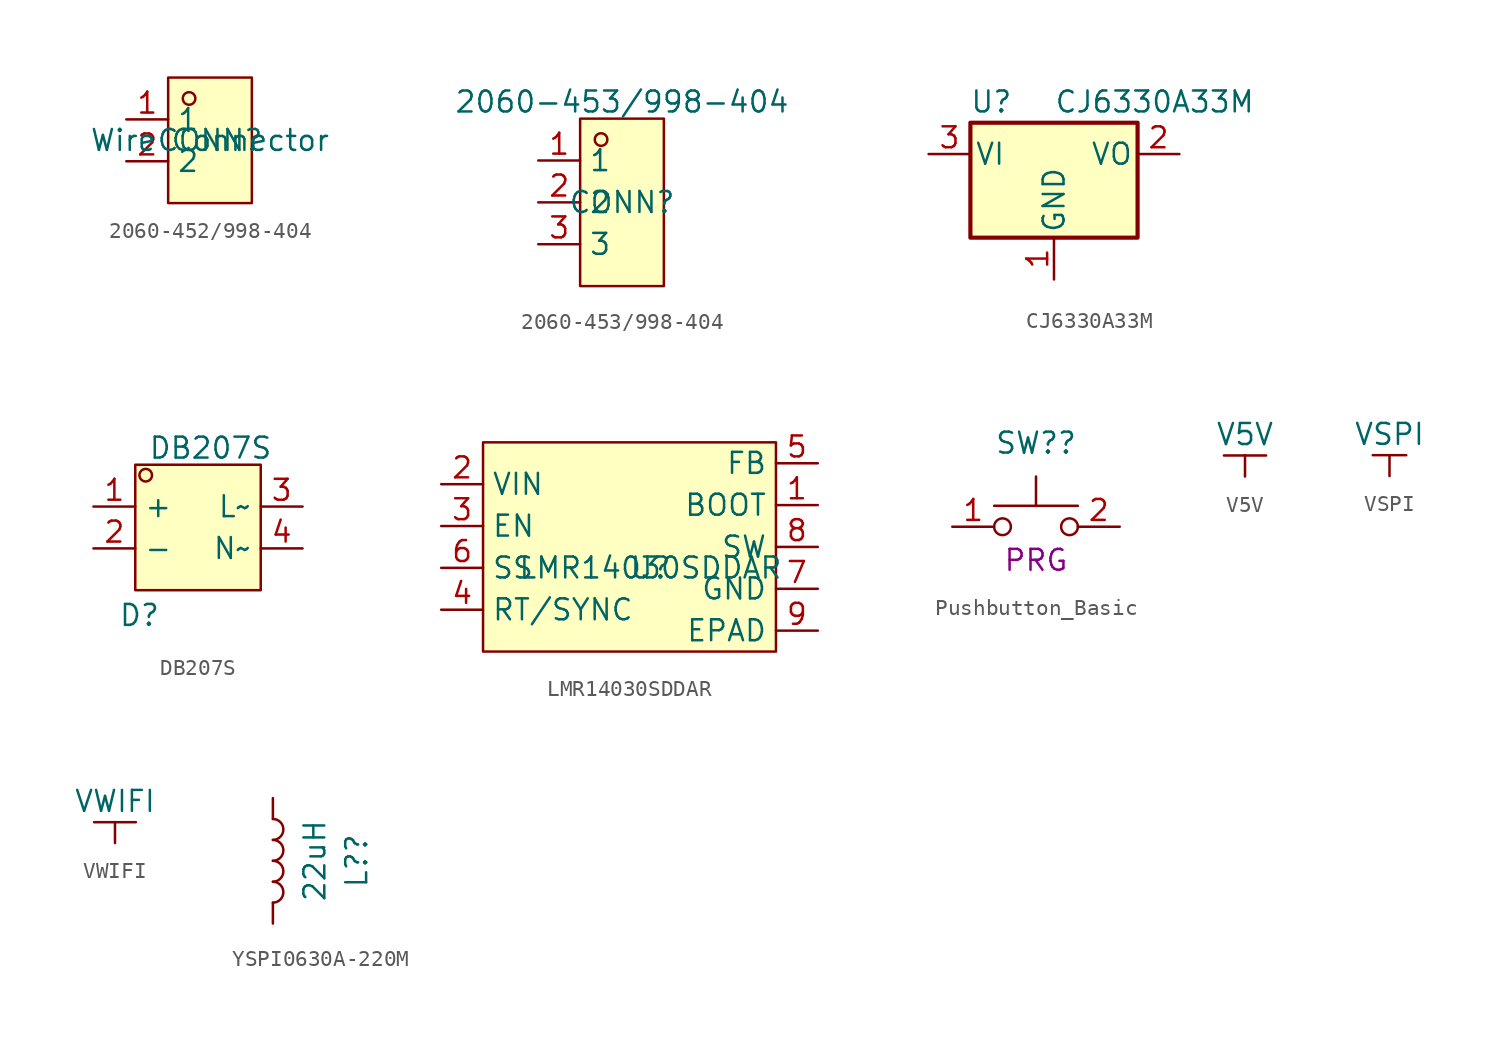
<source format=kicad_sym>
(kicad_symbol_lib
  (version 20231120)
  (generator "kicad_symbol_editor")
  (generator_version "8.0")
  (symbol "2060-452/998-404"
    (property "Reference" "CONN"
      (at 0 0 0)
      (effects (font (size 1.27 1.27))))
    (property "Value" "Wire Connector"
      (at 0 0 0)
      (effects (font (size 1.27 1.27))))
    (symbol "2060-452/998-404_1_0"
      (rectangle (start -2.54 3.81) (end 2.54 -3.81) (stroke (width 0) (type default)) (fill (type background)))
      (circle (center -1.27 2.54) (radius 0.381) (stroke (width 0) (type default)) (fill (type none)))
      (pin unspecified line (at -5.08 1.27 0) (length 2.54) (name "1" (effects (font (size 1.27 1.27)))) (number "1" (effects (font (size 1.27 1.27)))))
      (pin unspecified line (at -5.08 -1.27 0) (length 2.54) (name "2" (effects (font (size 1.27 1.27)))) (number "2" (effects (font (size 1.27 1.27)))))))
  (symbol "2060-453/998-404"
    (property "Reference" "CONN"
      (at 0 0 0)
      (effects (font (size 1.27 1.27))))
    (property "Value" "2060-453/998-404"
      (at 0 6.096 0)
      (effects (font (size 1.27 1.27))))
    (symbol "2060-453/998-404_1_0"
      (rectangle (start -2.54 5.08) (end 2.54 -5.08) (stroke (width 0) (type default)) (fill (type background)))
      (circle (center -1.27 3.81) (radius 0.381) (stroke (width 0) (type default)) (fill (type none)))
      (pin unspecified line (at -5.08 2.54 0) (length 2.54) (name "1" (effects (font (size 1.27 1.27)))) (number "1" (effects (font (size 1.27 1.27)))))
      (pin unspecified line (at -5.08 0 0) (length 2.54) (name "2" (effects (font (size 1.27 1.27)))) (number "2" (effects (font (size 1.27 1.27)))))
      (pin unspecified line (at -5.08 -2.54 0) (length 2.54) (name "3" (effects (font (size 1.27 1.27)))) (number "3" (effects (font (size 1.27 1.27)))))))
  (symbol "CJ6330A33M"
    (pin_names
      (offset 0.254))
    (property "Reference" "U"
      (at -3.81 3.175 0)
      (effects (font (size 1.27 1.27))))
    (property "Value" "CJ6330A33M"
      (at 0 3.175 0)
      (effects (font (size 1.27 1.27)) (justify left)))
    (symbol "CJ6330A33M_0_1"
      (rectangle (start -5.08 -5.08) (end 5.08 1.905) (stroke (width 0.254) (type default)) (fill (type background))))
    (symbol "CJ6330A33M_1_1"
      (pin power_in line (at 0 -7.62 90) (length 2.54) (name "GND" (effects (font (size 1.27 1.27)))) (number "1" (effects (font (size 1.27 1.27)))))
      (pin power_out line (at 7.62 0 180) (length 2.54) (name "VO" (effects (font (size 1.27 1.27)))) (number "2" (effects (font (size 1.27 1.27)))))
      (pin power_in line (at -7.62 0 0) (length 2.54) (name "VI" (effects (font (size 1.27 1.27)))) (number "3" (effects (font (size 1.27 1.27)))))))
  (symbol "DB207S"
    (property "Reference" "D"
      (at -4.826 -4.064 0)
      (effects (font (size 1.27 1.27))))
    (property "Value" "DB207S"
      (at -0.508 6.096 0)
      (effects (font (size 1.27 1.27))))
    (symbol "DB207S_1_0"
      (rectangle (start -5.08 5.08) (end 2.54 -2.54) (stroke (width 0) (type default)) (fill (type background)))
      (circle (center -4.445 4.445) (radius 0.381) (stroke (width 0) (type default)) (fill (type none)))
      (pin power_out line (at -7.62 2.54 0) (length 2.54) (name "+" (effects (font (size 1.27 1.27)))) (number "1" (effects (font (size 1.27 1.27)))))
      (pin power_out line (at -7.62 0 0) (length 2.54) (name "-" (effects (font (size 1.27 1.27)))) (number "2" (effects (font (size 1.27 1.27)))))
      (pin power_in line (at 5.08 2.54 180) (length 2.54) (name "L~" (effects (font (size 1.27 1.27)))) (number "3" (effects (font (size 1.27 1.27)))))
      (pin power_in line (at 5.08 0 180) (length 2.54) (name "N~" (effects (font (size 1.27 1.27)))) (number "4" (effects (font (size 1.27 1.27)))))))
  (symbol "LMR14030SDDAR"
    (property "Reference" "U"
      (at 0 0 0)
      (effects (font (size 1.27 1.27))))
    (property "Value" "LMR14030SDDAR"
      (at 0 0 0)
      (effects (font (size 1.27 1.27))))
    (symbol "LMR14030SDDAR_1_0"
      (rectangle (start -10.16 7.62) (end 7.62 -5.08) (stroke (width 0) (type default)) (fill (type background)))
      (pin unspecified line (at 10.16 3.81 180) (length 2.54) (name "BOOT" (effects (font (size 1.27 1.27)))) (number "1" (effects (font (size 1.27 1.27)))))
      (pin unspecified line (at -12.7 5.08 0) (length 2.54) (name "VIN" (effects (font (size 1.27 1.27)))) (number "2" (effects (font (size 1.27 1.27)))))
      (pin unspecified line (at -12.7 2.54 0) (length 2.54) (name "EN" (effects (font (size 1.27 1.27)))) (number "3" (effects (font (size 1.27 1.27)))))
      (pin unspecified line (at -12.7 -2.54 0) (length 2.54) (name "RT/SYNC" (effects (font (size 1.27 1.27)))) (number "4" (effects (font (size 1.27 1.27)))))
      (pin unspecified line (at 10.16 6.35 180) (length 2.54) (name "FB" (effects (font (size 1.27 1.27)))) (number "5" (effects (font (size 1.27 1.27)))))
      (pin unspecified line (at -12.7 0 0) (length 2.54) (name "SS" (effects (font (size 1.27 1.27)))) (number "6" (effects (font (size 1.27 1.27)))))
      (pin unspecified line (at 10.16 -1.27 180) (length 2.54) (name "GND" (effects (font (size 1.27 1.27)))) (number "7" (effects (font (size 1.27 1.27)))))
      (pin unspecified line (at 10.16 1.27 180) (length 2.54) (name "SW" (effects (font (size 1.27 1.27)))) (number "8" (effects (font (size 1.27 1.27)))))
      (pin unspecified line (at 10.16 -3.81 180) (length 2.54) (name "EPAD" (effects (font (size 1.27 1.27)))) (number "9" (effects (font (size 1.27 1.27)))))))
  (symbol "Pushbutton_Basic"
    (pin_names hide)
    (property "Reference" "SW?"
      (at 0 5.08 0)
      (effects (font (size 1.27 1.27))))
    (property "KEY" "PRG"
      (at 0 -2.032 0)
      (effects (font (size 1.27 1.27))))
    (symbol "Pushbutton_Basic_0_1"
      (circle (center -2.032 0) (radius 0.508) (stroke (width 0) (type default)) (fill (type none)))
      (polyline (pts (xy 0 1.27) (xy 0 3.048)) (stroke (width 0) (type default)) (fill (type none)))
      (polyline (pts (xy 2.54 1.27) (xy -2.54 1.27)) (stroke (width 0) (type default)) (fill (type none)))
      (circle (center 2.032 0) (radius 0.508) (stroke (width 0) (type default)) (fill (type none)))
      (pin passive line (at -5.08 0 0) (length 2.54) (name "1" (effects (font (size 1.27 1.27)))) (number "1" (effects (font (size 1.27 1.27)))))
      (pin passive line (at 5.08 0 180) (length 2.54) (name "2" (effects (font (size 1.27 1.27)))) (number "2" (effects (font (size 1.27 1.27)))))))
  (symbol "V5V"
    (power)
    (pin_names
      (offset 0))
    (property "Reference" "#PWR022"
      (at 0 -3.81 0)
      (effects (font (size 1.27 1.27)) (hide yes)))
    (property "Value" "V5V"
      (at 0 2.54 0)
      (effects (font (size 1.27 1.27))))
    (symbol "V5V_0_1"
      (polyline (pts (xy -1.27 1.27) (xy 0 1.27)) (stroke (width 0) (type default)) (fill (type none)))
      (polyline (pts (xy 0 0) (xy 0 1.27)) (stroke (width 0) (type default)) (fill (type none)))
      (polyline (pts (xy 0 1.27) (xy 1.27 1.27)) (stroke (width 0) (type default)) (fill (type none))))
    (symbol "V5V_1_1"
      (pin power_in line (at 0 0 90) (length 0) hide (name "V5V" (effects (font (size 1.27 1.27)))) (number "1" (effects (font (size 1.27 1.27)))))))
  (symbol "VSPI"
    (power)
    (pin_names
      (offset 0))
    (property "Reference" "#PWR026"
      (at 0 -3.81 0)
      (effects (font (size 1.27 1.27)) (hide yes)))
    (property "Value" "VSPI"
      (at 0 2.54 0)
      (effects (font (size 1.27 1.27))))
    (symbol "VSPI_0_1"
      (polyline (pts (xy 0 0) (xy 0 1.27)) (stroke (width 0) (type default)) (fill (type none)))
      (polyline (pts (xy 0 1.27) (xy -1.016 1.27)) (stroke (width 0) (type default)) (fill (type none)))
      (polyline (pts (xy 0 1.27) (xy 1.016 1.27)) (stroke (width 0) (type default)) (fill (type none))))
    (symbol "VSPI_1_1"
      (pin power_in line (at 0 0 90) (length 0) hide (name "VSPI" (effects (font (size 1.27 1.27)))) (number "1" (effects (font (size 1.27 1.27)))))))
  (symbol "VWIFI"
    (power)
    (pin_names
      (offset 0))
    (property "Reference" "#PWR022"
      (at 0 -3.81 0)
      (effects (font (size 1.27 1.27)) (hide yes)))
    (property "Value" "VWIFI"
      (at 0 2.54 0)
      (effects (font (size 1.27 1.27))))
    (symbol "VWIFI_0_1"
      (polyline (pts (xy -1.27 1.27) (xy 0 1.27)) (stroke (width 0) (type default)) (fill (type none)))
      (polyline (pts (xy 0 0) (xy 0 1.27)) (stroke (width 0) (type default)) (fill (type none)))
      (polyline (pts (xy 0 1.27) (xy 1.27 1.27)) (stroke (width 0) (type default)) (fill (type none))))
    (symbol "VWIFI_1_1"
      (pin power_in line (at 0 0 90) (length 0) hide (name "VWIFI" (effects (font (size 1.27 1.27)))) (number "1" (effects (font (size 1.27 1.27)))))))
  (symbol "YSPI0630A-220M"
    (pin_numbers hide)
    (pin_names
      (offset 1.016) hide)
    (property "Reference" "L?"
      (at 5.08 0 90)
      (effects (font (size 1.27 1.27))))
    (property "Value" "22uH"
      (at 2.54 0 90)
      (effects (font (size 1.27 1.27))))
    (symbol "YSPI0630A-220M_0_1"
      (arc (start 0 -2.54) (mid 0.6323 -1.905) (end 0 -1.27) (stroke (width 0) (type default)) (fill (type none)))
      (arc (start 0 -1.27) (mid 0.6323 -0.635) (end 0 0) (stroke (width 0) (type default)) (fill (type none)))
      (arc (start 0 0) (mid 0.6323 0.635) (end 0 1.27) (stroke (width 0) (type default)) (fill (type none)))
      (arc (start 0 1.27) (mid 0.6323 1.905) (end 0 2.54) (stroke (width 0) (type default)) (fill (type none))))
    (symbol "YSPI0630A-220M_1_1"
      (pin passive line (at 0 3.81 270) (length 1.27) (name "1" (effects (font (size 1.27 1.27)))) (number "1" (effects (font (size 1.27 1.27)))))
      (pin passive line (at 0 -3.81 90) (length 1.27) (name "2" (effects (font (size 1.27 1.27)))) (number "2" (effects (font (size 1.27 1.27))))))))
</source>
